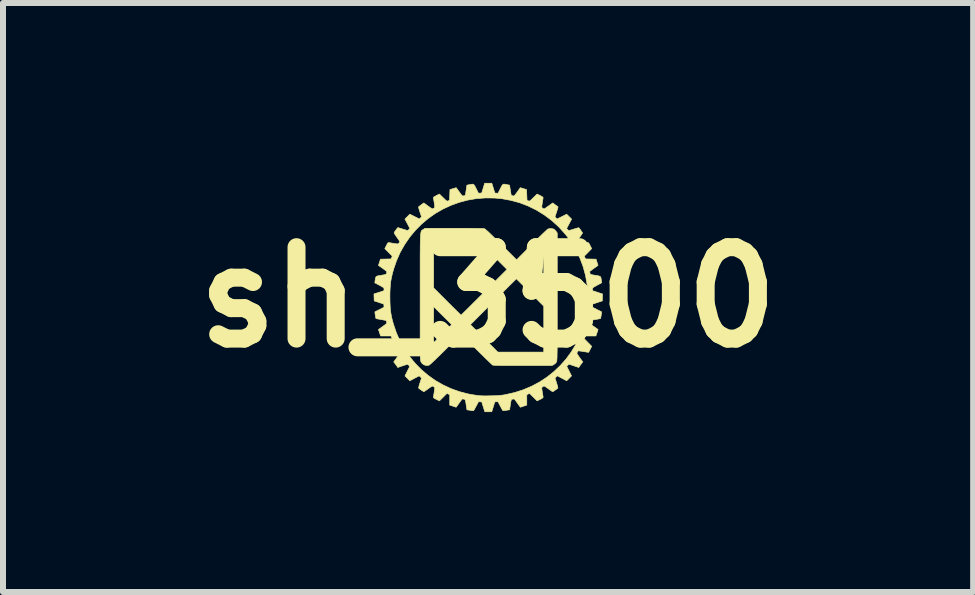
<source format=kicad_pcb>
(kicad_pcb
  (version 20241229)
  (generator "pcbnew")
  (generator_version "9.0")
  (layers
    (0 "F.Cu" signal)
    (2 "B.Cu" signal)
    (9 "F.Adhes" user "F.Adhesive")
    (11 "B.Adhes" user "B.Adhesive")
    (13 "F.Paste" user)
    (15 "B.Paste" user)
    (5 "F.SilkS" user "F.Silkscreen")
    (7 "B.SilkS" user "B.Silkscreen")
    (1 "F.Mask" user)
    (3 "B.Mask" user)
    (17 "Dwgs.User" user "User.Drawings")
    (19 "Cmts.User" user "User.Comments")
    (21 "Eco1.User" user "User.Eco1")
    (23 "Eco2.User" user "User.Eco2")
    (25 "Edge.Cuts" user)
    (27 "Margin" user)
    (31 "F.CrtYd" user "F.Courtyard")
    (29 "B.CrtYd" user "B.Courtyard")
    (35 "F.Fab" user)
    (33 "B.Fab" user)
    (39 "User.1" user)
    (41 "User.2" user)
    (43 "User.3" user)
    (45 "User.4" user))
  (footprint "sh_3500"
    (layer "F.Cu")
    (at 5.087 1.906)
    (property "Reference" "sh_3500" (at 0 0 0) (layer "F.SilkS") (effects (font (size 1.524 1.524) (thickness 0.3))))
    (attr through_hole)
    (fp_poly (pts (xy -0.484 -1.15) (xy -0.404 -1.15) (xy -0.33 -1.15) (xy -0.263 -1.149) (xy -0.203 -1.148) (xy -0.152 -1.148) (xy -0.111 -1.147) (xy -0.081 -1.146) (xy -0.065 -1.145) (xy -0.062 -1.144) (xy -0.051 -1.138) (xy -0.033 -1.123) (xy -0.005 -1.099) (xy 0.031 -1.065) (xy 0.076 -1.021) (xy 0.131 -0.967) (xy 0.196 -0.903) (xy 0.218 -0.881) (xy 0.476 -0.624) (xy 0.726 -0.875) (xy 0.776 -0.925) (xy 0.824 -0.973) (xy 0.868 -1.016) (xy 0.907 -1.054) (xy 0.941 -1.086) (xy 0.967 -1.111) (xy 0.986 -1.128) (xy 0.995 -1.136) (xy 0.996 -1.136) (xy 1.024 -1.145) (xy 1.057 -1.146) (xy 1.088 -1.139) (xy 1.096 -1.136) (xy 1.114 -1.123) (xy 1.131 -1.103) (xy 1.136 -1.098) (xy 1.154 -1.071) (xy 1.154 -0.007) (xy 1.154 0.138) (xy 1.154 0.269) (xy 1.154 0.388) (xy 1.154 0.494) (xy 1.154 0.588) (xy 1.153 0.671) (xy 1.153 0.744) (xy 1.153 0.808) (xy 1.153 0.862) (xy 1.152 0.909) (xy 1.151 0.948) (xy 1.151 0.98) (xy 1.15 1.006) (xy 1.149 1.027) (xy 1.148 1.043) (xy 1.147 1.056) (xy 1.146 1.065) (xy 1.144 1.072) (xy 1.142 1.077) (xy 1.141 1.081) (xy 1.14 1.081) (xy 1.123 1.103) (xy 1.098 1.121) (xy 1.096 1.123) (xy 1.065 1.139) (xy 0.579 1.139) (xy 0.471 1.139) (xy 0.377 1.139) (xy 0.297 1.139) (xy 0.23 1.138) (xy 0.175 1.137) (xy 0.133 1.136) (xy 0.103 1.134) (xy 0.085 1.133) (xy 0.078 1.131) (xy 0.069 1.125) (xy 0.052 1.109) (xy 0.027 1.085) (xy -0.006 1.053) (xy -0.045 1.016) (xy -0.088 0.973) (xy -0.136 0.926) (xy -0.186 0.876) (xy -0.194 0.868) (xy -0.45 0.613) (xy -0.706 0.869) (xy -0.757 0.919) (xy -0.805 0.967) (xy -0.85 1.01) (xy -0.89 1.049) (xy -0.924 1.081) (xy -0.951 1.106) (xy -0.971 1.123) (xy -0.981 1.131) (xy -0.982 1.132) (xy -1.015 1.139) (xy -1.048 1.134) (xy -1.072 1.124) (xy -1.099 1.105) (xy -1.117 1.078) (xy -1.119 1.074) (xy -1.121 1.069) (xy -1.123 1.063) (xy -1.124 1.056) (xy -1.126 1.046) (xy -1.127 1.032) (xy -1.128 1.015) (xy -1.129 0.993) (xy -1.129 0.965) (xy -1.13 0.932) (xy -1.131 0.892) (xy -1.131 0.844) (xy -1.131 0.788) (xy -1.131 0.758) (xy -0.907 0.758) (xy -0.757 0.608) (xy -0.606 0.457) (xy -0.606 0.457) (xy -0.294 0.457) (xy 0.163 0.914) (xy 0.929 0.914) (xy 0.929 0.149) (xy 0.7 -0.08) (xy 0.472 -0.308) (xy 0.089 0.074) (xy -0.294 0.457) (xy -0.606 0.457) (xy -0.907 0.156) (xy -0.907 0.758) (xy -1.131 0.758) (xy -1.132 0.722) (xy -1.132 0.648) (xy -1.132 0.562) (xy -1.132 0.466) (xy -1.132 0.358) (xy -1.132 0.237) (xy -1.132 0.103) (xy -1.132 -0.007) (xy -1.132 -0.154) (xy -1.132 -0.287) (xy -1.132 -0.407) (xy -1.132 -0.515) (xy -1.132 -0.611) (xy -1.132 -0.696) (xy -1.131 -0.771) (xy -1.131 -0.836) (xy -1.13 -0.892) (xy -1.129 -0.929) (xy -0.907 -0.929) (xy -0.907 -0.156) (xy -0.68 0.071) (xy -0.633 0.118) (xy -0.589 0.162) (xy -0.549 0.201) (xy -0.515 0.235) (xy -0.486 0.263) (xy -0.466 0.283) (xy -0.453 0.295) (xy -0.45 0.298) (xy -0.444 0.293) (xy -0.429 0.278) (xy -0.406 0.255) (xy -0.374 0.224) (xy -0.336 0.186) (xy -0.291 0.141) (xy -0.241 0.091) (xy -0.186 0.037) (xy -0.127 -0.022) (xy -0.066 -0.083) (xy -0.065 -0.083) (xy 0.316 -0.464) (xy 0.312 -0.468) (xy 0.631 -0.468) (xy 0.778 -0.321) (xy 0.816 -0.284) (xy 0.85 -0.249) (xy 0.88 -0.22) (xy 0.903 -0.197) (xy 0.919 -0.181) (xy 0.927 -0.174) (xy 0.927 -0.174) (xy 0.927 -0.181) (xy 0.928 -0.201) (xy 0.928 -0.233) (xy 0.928 -0.274) (xy 0.929 -0.324) (xy 0.929 -0.381) (xy 0.929 -0.443) (xy 0.929 -0.47) (xy 0.929 -0.765) (xy 0.78 -0.617) (xy 0.631 -0.468) (xy 0.312 -0.468) (xy -0.149 -0.929) (xy -0.907 -0.929) (xy -1.129 -0.929) (xy -1.129 -0.94) (xy -1.128 -0.98) (xy -1.126 -1.014) (xy -1.124 -1.041) (xy -1.122 -1.063) (xy -1.119 -1.08) (xy -1.116 -1.094) (xy -1.112 -1.103) (xy -1.108 -1.111) (xy -1.104 -1.116) (xy -1.098 -1.12) (xy -1.092 -1.123) (xy -1.086 -1.127) (xy -1.079 -1.131) (xy -1.05 -1.15) (xy -0.567 -1.15) (xy -0.484 -1.15)) (stroke (width 0.01) (type solid)) (fill yes) (layer "F.SilkS"))
    (fp_poly (pts (xy 0.114 -1.738) (xy 0.167 -1.734) (xy 0.205 -1.81) (xy 0.222 -1.844) (xy 0.235 -1.867) (xy 0.247 -1.88) (xy 0.26 -1.886) (xy 0.279 -1.885) (xy 0.305 -1.88) (xy 0.319 -1.877) (xy 0.359 -1.869) (xy 0.372 -1.786) (xy 0.377 -1.753) (xy 0.382 -1.726) (xy 0.386 -1.707) (xy 0.387 -1.7) (xy 0.395 -1.697) (xy 0.411 -1.692) (xy 0.413 -1.691) (xy 0.422 -1.689) (xy 0.431 -1.69) (xy 0.439 -1.695) (xy 0.45 -1.707) (xy 0.466 -1.727) (xy 0.487 -1.756) (xy 0.538 -1.827) (xy 0.59 -1.811) (xy 0.642 -1.796) (xy 0.646 -1.706) (xy 0.65 -1.617) (xy 0.671 -1.608) (xy 0.681 -1.604) (xy 0.689 -1.604) (xy 0.699 -1.608) (xy 0.712 -1.618) (xy 0.73 -1.635) (xy 0.756 -1.66) (xy 0.818 -1.721) (xy 0.87 -1.695) (xy 0.896 -1.681) (xy 0.911 -1.671) (xy 0.918 -1.663) (xy 0.918 -1.654) (xy 0.918 -1.653) (xy 0.915 -1.639) (xy 0.911 -1.614) (xy 0.906 -1.584) (xy 0.904 -1.568) (xy 0.899 -1.536) (xy 0.896 -1.515) (xy 0.897 -1.502) (xy 0.9 -1.495) (xy 0.906 -1.488) (xy 0.909 -1.486) (xy 0.924 -1.477) (xy 0.933 -1.473) (xy 0.942 -1.477) (xy 0.96 -1.488) (xy 0.984 -1.505) (xy 1.01 -1.523) (xy 1.079 -1.573) (xy 1.121 -1.541) (xy 1.142 -1.526) (xy 1.158 -1.513) (xy 1.166 -1.507) (xy 1.167 -1.506) (xy 1.166 -1.499) (xy 1.161 -1.48) (xy 1.153 -1.453) (xy 1.143 -1.422) (xy 1.116 -1.341) (xy 1.152 -1.305) (xy 1.231 -1.345) (xy 1.311 -1.385) (xy 1.352 -1.344) (xy 1.393 -1.303) (xy 1.352 -1.225) (xy 1.31 -1.146) (xy 1.346 -1.111) (xy 1.429 -1.136) (xy 1.461 -1.146) (xy 1.488 -1.154) (xy 1.506 -1.158) (xy 1.514 -1.159) (xy 1.523 -1.148) (xy 1.537 -1.13) (xy 1.551 -1.11) (xy 1.564 -1.091) (xy 1.573 -1.077) (xy 1.575 -1.072) (xy 1.571 -1.064) (xy 1.56 -1.046) (xy 1.544 -1.023) (xy 1.528 -1.001) (xy 1.508 -0.974) (xy 1.493 -0.951) (xy 1.483 -0.934) (xy 1.481 -0.927) (xy 1.485 -0.915) (xy 1.493 -0.902) (xy 1.498 -0.896) (xy 1.502 -0.892) (xy 1.509 -0.89) (xy 1.52 -0.889) (xy 1.537 -0.891) (xy 1.562 -0.895) (xy 1.597 -0.9) (xy 1.644 -0.908) (xy 1.656 -0.911) (xy 1.667 -0.911) (xy 1.675 -0.908) (xy 1.684 -0.897) (xy 1.695 -0.877) (xy 1.702 -0.862) (xy 1.728 -0.811) (xy 1.667 -0.748) (xy 1.605 -0.686) (xy 1.615 -0.662) (xy 1.625 -0.639) (xy 1.713 -0.637) (xy 1.801 -0.635) (xy 1.834 -0.531) (xy 1.766 -0.483) (xy 1.739 -0.463) (xy 1.717 -0.446) (xy 1.701 -0.435) (xy 1.696 -0.429) (xy 1.696 -0.42) (xy 1.699 -0.403) (xy 1.699 -0.402) (xy 1.702 -0.392) (xy 1.707 -0.385) (xy 1.716 -0.38) (xy 1.731 -0.376) (xy 1.756 -0.371) (xy 1.79 -0.366) (xy 1.827 -0.36) (xy 1.853 -0.354) (xy 1.869 -0.347) (xy 1.878 -0.336) (xy 1.884 -0.32) (xy 1.888 -0.294) (xy 1.89 -0.277) (xy 1.895 -0.241) (xy 1.818 -0.2) (xy 1.786 -0.182) (xy 1.764 -0.17) (xy 1.751 -0.16) (xy 1.744 -0.152) (xy 1.742 -0.143) (xy 1.742 -0.134) (xy 1.742 -0.11) (xy 1.825 -0.082) (xy 1.909 -0.055) (xy 1.907 0.003) (xy 1.905 0.061) (xy 1.825 0.087) (xy 1.745 0.114) (xy 1.743 0.14) (xy 1.741 0.166) (xy 1.816 0.204) (xy 1.845 0.219) (xy 1.87 0.231) (xy 1.887 0.24) (xy 1.893 0.243) (xy 1.893 0.251) (xy 1.891 0.269) (xy 1.888 0.292) (xy 1.884 0.316) (xy 1.88 0.338) (xy 1.877 0.352) (xy 1.876 0.355) (xy 1.868 0.357) (xy 1.848 0.361) (xy 1.821 0.366) (xy 1.791 0.372) (xy 1.758 0.377) (xy 1.732 0.382) (xy 1.714 0.386) (xy 1.707 0.388) (xy 1.704 0.395) (xy 1.699 0.411) (xy 1.698 0.413) (xy 1.696 0.422) (xy 1.697 0.43) (xy 1.702 0.439) (xy 1.714 0.45) (xy 1.735 0.466) (xy 1.763 0.487) (xy 1.835 0.538) (xy 1.817 0.592) (xy 1.798 0.646) (xy 1.625 0.646) (xy 1.615 0.669) (xy 1.605 0.693) (xy 1.667 0.756) (xy 1.728 0.818) (xy 1.703 0.869) (xy 1.677 0.919) (xy 1.592 0.906) (xy 1.506 0.892) (xy 1.494 0.909) (xy 1.484 0.923) (xy 1.481 0.933) (xy 1.485 0.942) (xy 1.496 0.96) (xy 1.512 0.984) (xy 1.53 1.01) (xy 1.58 1.078) (xy 1.557 1.107) (xy 1.542 1.128) (xy 1.528 1.147) (xy 1.524 1.154) (xy 1.512 1.171) (xy 1.43 1.143) (xy 1.348 1.116) (xy 1.312 1.152) (xy 1.352 1.231) (xy 1.392 1.311) (xy 1.311 1.393) (xy 1.233 1.351) (xy 1.155 1.31) (xy 1.136 1.329) (xy 1.117 1.347) (xy 1.143 1.429) (xy 1.153 1.462) (xy 1.16 1.489) (xy 1.164 1.508) (xy 1.164 1.516) (xy 1.15 1.527) (xy 1.131 1.541) (xy 1.11 1.555) (xy 1.092 1.567) (xy 1.08 1.574) (xy 1.078 1.575) (xy 1.07 1.571) (xy 1.053 1.56) (xy 1.03 1.544) (xy 1.008 1.528) (xy 0.981 1.508) (xy 0.958 1.493) (xy 0.941 1.483) (xy 0.935 1.481) (xy 0.922 1.485) (xy 0.909 1.493) (xy 0.902 1.5) (xy 0.898 1.506) (xy 0.896 1.517) (xy 0.898 1.535) (xy 0.902 1.562) (xy 0.904 1.575) (xy 0.909 1.607) (xy 0.914 1.635) (xy 0.917 1.654) (xy 0.918 1.66) (xy 0.918 1.669) (xy 0.913 1.677) (xy 0.899 1.687) (xy 0.875 1.7) (xy 0.87 1.702) (xy 0.818 1.728) (xy 0.755 1.665) (xy 0.691 1.602) (xy 0.669 1.614) (xy 0.646 1.626) (xy 0.646 1.798) (xy 0.592 1.816) (xy 0.539 1.834) (xy 0.49 1.766) (xy 0.471 1.739) (xy 0.454 1.717) (xy 0.442 1.701) (xy 0.437 1.696) (xy 0.427 1.696) (xy 0.41 1.699) (xy 0.409 1.699) (xy 0.401 1.701) (xy 0.395 1.704) (xy 0.39 1.709) (xy 0.386 1.718) (xy 0.382 1.734) (xy 0.377 1.759) (xy 0.372 1.793) (xy 0.365 1.84) (xy 0.359 1.876) (xy 0.305 1.885) (xy 0.279 1.889) (xy 0.258 1.891) (xy 0.247 1.89) (xy 0.246 1.889) (xy 0.241 1.881) (xy 0.23 1.862) (xy 0.216 1.837) (xy 0.203 1.812) (xy 0.165 1.741) (xy 0.139 1.743) (xy 0.113 1.745) (xy 0.062 1.909) (xy 0.004 1.909) (xy -0.054 1.909) (xy -0.08 1.827) (xy -0.105 1.745) (xy -0.132 1.743) (xy -0.158 1.741) (xy -0.196 1.812) (xy -0.212 1.841) (xy -0.225 1.866) (xy -0.235 1.883) (xy -0.239 1.889) (xy -0.249 1.891) (xy -0.268 1.89) (xy -0.294 1.886) (xy -0.298 1.885) (xy -0.352 1.876) (xy -0.357 1.84) (xy -0.365 1.793) (xy -0.37 1.758) (xy -0.375 1.734) (xy -0.379 1.718) (xy -0.383 1.709) (xy -0.387 1.704) (xy -0.394 1.701) (xy -0.402 1.699) (xy -0.419 1.696) (xy -0.429 1.696) (xy -0.429 1.696) (xy -0.435 1.702) (xy -0.448 1.718) (xy -0.465 1.741) (xy -0.483 1.766) (xy -0.532 1.834) (xy -0.585 1.816) (xy -0.639 1.798) (xy -0.639 1.626) (xy -0.661 1.614) (xy -0.684 1.602) (xy -0.747 1.665) (xy -0.811 1.728) (xy -0.863 1.702) (xy -0.889 1.689) (xy -0.904 1.679) (xy -0.911 1.67) (xy -0.911 1.662) (xy -0.911 1.66) (xy -0.908 1.646) (xy -0.904 1.622) (xy -0.899 1.591) (xy -0.897 1.575) (xy -0.892 1.543) (xy -0.889 1.522) (xy -0.89 1.51) (xy -0.893 1.502) (xy -0.899 1.496) (xy -0.902 1.493) (xy -0.917 1.484) (xy -0.927 1.481) (xy -0.937 1.485) (xy -0.955 1.496) (xy -0.979 1.512) (xy -1.001 1.528) (xy -1.027 1.547) (xy -1.05 1.562) (xy -1.065 1.572) (xy -1.07 1.575) (xy -1.078 1.571) (xy -1.094 1.561) (xy -1.114 1.548) (xy -1.134 1.534) (xy -1.15 1.521) (xy -1.156 1.516) (xy -1.157 1.508) (xy -1.153 1.488) (xy -1.146 1.461) (xy -1.136 1.429) (xy -1.109 1.347) (xy -1.128 1.329) (xy -1.147 1.31) (xy -1.226 1.351) (xy -1.304 1.393) (xy -1.385 1.311) (xy -1.345 1.231) (xy -1.305 1.152) (xy -1.341 1.116) (xy -1.423 1.143) (xy -1.505 1.171) (xy -1.516 1.154) (xy -1.527 1.138) (xy -1.543 1.117) (xy -1.55 1.107) (xy -1.573 1.078) (xy -1.523 1.01) (xy -1.503 0.982) (xy -1.487 0.958) (xy -1.477 0.941) (xy -1.473 0.933) (xy -1.478 0.922) (xy -1.486 0.909) (xy -1.499 0.892) (xy -1.67 0.919) (xy -1.696 0.869) (xy -1.721 0.818) (xy -1.659 0.756) (xy -1.597 0.693) (xy -1.608 0.669) (xy -1.618 0.646) (xy -1.791 0.646) (xy -1.809 0.592) (xy -1.827 0.538) (xy -1.756 0.487) (xy -1.726 0.465) (xy -1.706 0.45) (xy -1.695 0.439) (xy -1.689 0.43) (xy -1.689 0.422) (xy -1.691 0.413) (xy -1.696 0.396) (xy -1.7 0.388) (xy -1.7 0.388) (xy -1.708 0.386) (xy -1.727 0.382) (xy -1.754 0.377) (xy -1.784 0.372) (xy -1.816 0.366) (xy -1.843 0.361) (xy -1.862 0.357) (xy -1.869 0.355) (xy -1.871 0.346) (xy -1.875 0.328) (xy -1.879 0.305) (xy -1.883 0.281) (xy -1.885 0.259) (xy -1.886 0.246) (xy -1.886 0.243) (xy -1.879 0.239) (xy -1.861 0.23) (xy -1.836 0.218) (xy -1.808 0.204) (xy -1.734 0.166) (xy -1.736 0.14) (xy -1.738 0.114) (xy -1.818 0.087) (xy -1.898 0.061) (xy -1.9 0.003) (xy -1.9 0) (xy -1.636 0) (xy -1.635 0.079) (xy -1.632 0.148) (xy -1.628 0.208) (xy -1.62 0.265) (xy -1.61 0.322) (xy -1.596 0.382) (xy -1.577 0.448) (xy -1.577 0.449) (xy -1.528 0.594) (xy -1.467 0.732) (xy -1.394 0.863) (xy -1.31 0.986) (xy -1.216 1.1) (xy -1.113 1.206) (xy -1 1.302) (xy -0.88 1.387) (xy -0.752 1.461) (xy -0.617 1.524) (xy -0.476 1.574) (xy -0.33 1.612) (xy -0.258 1.625) (xy -0.214 1.632) (xy -0.177 1.637) (xy -0.145 1.641) (xy -0.114 1.643) (xy -0.08 1.644) (xy -0.042 1.645) (xy 0.006 1.644) (xy 0.051 1.643) (xy 0.111 1.642) (xy 0.161 1.64) (xy 0.205 1.636) (xy 0.247 1.631) (xy 0.292 1.623) (xy 0.294 1.623) (xy 0.446 1.588) (xy 0.591 1.541) (xy 0.73 1.482) (xy 0.861 1.412) (xy 0.984 1.331) (xy 1.099 1.239) (xy 1.205 1.138) (xy 1.302 1.029) (xy 1.388 0.911) (xy 1.464 0.785) (xy 1.528 0.652) (xy 1.581 0.513) (xy 1.621 0.369) (xy 1.648 0.219) (xy 1.661 0.092) (xy 1.663 -0.063) (xy 1.651 -0.216) (xy 1.625 -0.365) (xy 1.585 -0.511) (xy 1.532 -0.652) (xy 1.466 -0.788) (xy 1.388 -0.918) (xy 1.297 -1.042) (xy 1.193 -1.158) (xy 1.176 -1.176) (xy 1.06 -1.281) (xy 0.937 -1.373) (xy 0.807 -1.453) (xy 0.671 -1.52) (xy 0.529 -1.575) (xy 0.382 -1.615) (xy 0.23 -1.643) (xy 0.112 -1.654) (xy -0.041 -1.656) (xy -0.191 -1.645) (xy -0.338 -1.62) (xy -0.481 -1.582) (xy -0.619 -1.532) (xy -0.751 -1.471) (xy -0.878 -1.398) (xy -0.997 -1.314) (xy -1.108 -1.22) (xy -1.211 -1.116) (xy -1.305 -1.003) (xy -1.389 -0.881) (xy -1.463 -0.751) (xy -1.524 -0.614) (xy -1.574 -0.469) (xy -1.574 -0.468) (xy -1.594 -0.397) (xy -1.609 -0.333) (xy -1.621 -0.271) (xy -1.628 -0.208) (xy -1.633 -0.14) (xy -1.636 -0.064) (xy -1.636 0) (xy -1.9 0) (xy -1.902 -0.055) (xy -1.818 -0.082) (xy -1.734 -0.11) (xy -1.734 -0.134) (xy -1.735 -0.145) (xy -1.738 -0.154) (xy -1.746 -0.162) (xy -1.761 -0.172) (xy -1.785 -0.186) (xy -1.811 -0.2) (xy -1.888 -0.241) (xy -1.883 -0.277) (xy -1.879 -0.308) (xy -1.874 -0.329) (xy -1.867 -0.342) (xy -1.855 -0.351) (xy -1.835 -0.357) (xy -1.804 -0.362) (xy -1.783 -0.366) (xy -1.747 -0.372) (xy -1.723 -0.376) (xy -1.708 -0.381) (xy -1.699 -0.386) (xy -1.695 -0.393) (xy -1.692 -0.402) (xy -1.688 -0.419) (xy -1.688 -0.429) (xy -1.688 -0.429) (xy -1.695 -0.435) (xy -1.711 -0.448) (xy -1.734 -0.465) (xy -1.759 -0.483) (xy -1.827 -0.531) (xy -1.81 -0.583) (xy -1.794 -0.635) (xy -1.617 -0.639) (xy -1.607 -0.662) (xy -1.597 -0.686) (xy -1.659 -0.748) (xy -1.721 -0.811) (xy -1.695 -0.862) (xy -1.682 -0.888) (xy -1.672 -0.903) (xy -1.664 -0.91) (xy -1.655 -0.911) (xy -1.649 -0.911) (xy -1.599 -0.902) (xy -1.562 -0.896) (xy -1.535 -0.892) (xy -1.516 -0.89) (xy -1.504 -0.89) (xy -1.496 -0.891) (xy -1.491 -0.895) (xy -1.487 -0.9) (xy -1.486 -0.902) (xy -1.477 -0.917) (xy -1.473 -0.927) (xy -1.477 -0.937) (xy -1.488 -0.955) (xy -1.505 -0.979) (xy -1.521 -1.002) (xy -1.541 -1.031) (xy -1.556 -1.055) (xy -1.564 -1.071) (xy -1.565 -1.078) (xy -1.559 -1.089) (xy -1.547 -1.106) (xy -1.533 -1.126) (xy -1.519 -1.144) (xy -1.508 -1.157) (xy -1.502 -1.161) (xy -1.494 -1.159) (xy -1.475 -1.153) (xy -1.448 -1.145) (xy -1.419 -1.136) (xy -1.339 -1.111) (xy -1.321 -1.129) (xy -1.303 -1.146) (xy -1.344 -1.225) (xy -1.386 -1.303) (xy -1.345 -1.344) (xy -1.304 -1.385) (xy -1.224 -1.345) (xy -1.145 -1.305) (xy -1.109 -1.341) (xy -1.136 -1.422) (xy -1.146 -1.454) (xy -1.154 -1.481) (xy -1.159 -1.499) (xy -1.159 -1.506) (xy -1.152 -1.512) (xy -1.137 -1.524) (xy -1.116 -1.54) (xy -1.114 -1.541) (xy -1.071 -1.573) (xy -1.003 -1.523) (xy -0.975 -1.503) (xy -0.951 -1.487) (xy -0.934 -1.477) (xy -0.926 -1.473) (xy -0.915 -1.478) (xy -0.902 -1.486) (xy -0.894 -1.492) (xy -0.89 -1.499) (xy -0.889 -1.51) (xy -0.89 -1.527) (xy -0.894 -1.554) (xy -0.896 -1.568) (xy -0.901 -1.599) (xy -0.906 -1.627) (xy -0.91 -1.647) (xy -0.911 -1.653) (xy -0.911 -1.662) (xy -0.906 -1.67) (xy -0.892 -1.679) (xy -0.868 -1.692) (xy -0.863 -1.695) (xy -0.811 -1.721) (xy -0.748 -1.66) (xy -0.722 -1.634) (xy -0.703 -1.617) (xy -0.691 -1.607) (xy -0.681 -1.603) (xy -0.673 -1.604) (xy -0.664 -1.608) (xy -0.642 -1.617) (xy -0.635 -1.796) (xy -0.583 -1.811) (xy -0.531 -1.827) (xy -0.479 -1.756) (xy -0.458 -1.726) (xy -0.442 -1.706) (xy -0.431 -1.695) (xy -0.423 -1.689) (xy -0.415 -1.689) (xy -0.405 -1.691) (xy -0.389 -1.696) (xy -0.38 -1.7) (xy -0.38 -1.7) (xy -0.378 -1.708) (xy -0.374 -1.727) (xy -0.37 -1.755) (xy -0.365 -1.786) (xy -0.352 -1.869) (xy -0.312 -1.877) (xy -0.282 -1.883) (xy -0.26 -1.886) (xy -0.245 -1.883) (xy -0.232 -1.873) (xy -0.22 -1.855) (xy -0.205 -1.826) (xy -0.197 -1.81) (xy -0.159 -1.734) (xy -0.133 -1.736) (xy -0.106 -1.738) (xy -0.056 -1.901) (xy 0.063 -1.901) (xy 0.114 -1.738)) (stroke (width 0.01) (type solid)) (fill yes) (layer "F.SilkS")))
  (gr_rect
    (start -3 -3)
    (end 13.175 6.82)
    (stroke (width 0.1) (type default))
    (fill no)
    (layer "Edge.Cuts")))
</source>
